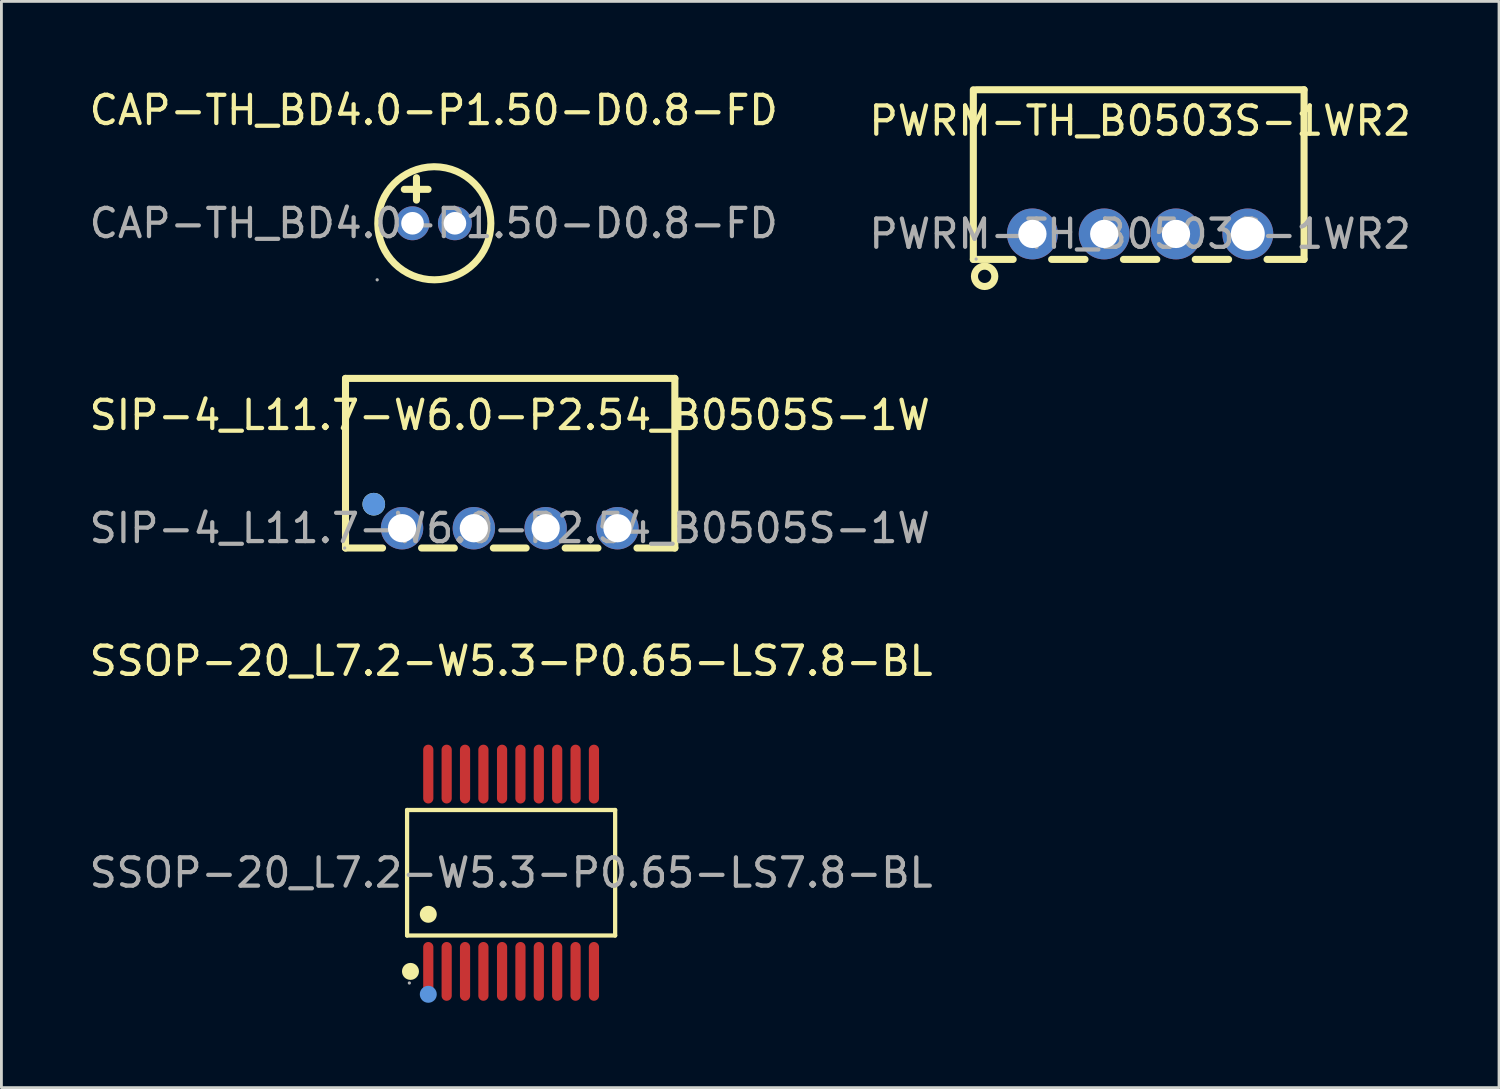
<source format=kicad_pcb>
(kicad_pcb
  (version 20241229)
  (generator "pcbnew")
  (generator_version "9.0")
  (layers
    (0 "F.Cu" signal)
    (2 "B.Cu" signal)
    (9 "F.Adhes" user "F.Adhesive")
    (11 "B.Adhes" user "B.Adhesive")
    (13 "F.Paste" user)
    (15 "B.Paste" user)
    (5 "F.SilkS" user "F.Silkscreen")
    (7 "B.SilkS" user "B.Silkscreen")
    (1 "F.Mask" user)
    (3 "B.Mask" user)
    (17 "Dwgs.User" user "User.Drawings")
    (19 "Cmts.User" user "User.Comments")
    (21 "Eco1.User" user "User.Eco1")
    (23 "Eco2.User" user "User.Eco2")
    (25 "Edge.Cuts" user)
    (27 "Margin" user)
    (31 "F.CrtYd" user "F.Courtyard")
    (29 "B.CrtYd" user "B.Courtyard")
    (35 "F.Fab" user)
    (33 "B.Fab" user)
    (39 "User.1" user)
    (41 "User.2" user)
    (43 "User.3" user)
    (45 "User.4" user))
  (footprint "SSOP-20_L7.2-W5.3-P0.65-LS7.8-BL"
    (layer "F.Cu")
    (at 15.03 27.822)
    (property "Reference" "SSOP-20_L7.2-W5.3-P0.65-LS7.8-BL" (at 0 -7.49 0) (layer "F.SilkS") (effects (font (size 1 1) (thickness 0.15))))
    (attr smd)
    (fp_line (start -3.68 -2.22) (end 3.68 -2.22) (stroke (width 0.15) (type solid)) (layer "F.SilkS"))
    (fp_line (start -3.68 2.22) (end -3.68 -2.22) (stroke (width 0.15) (type solid)) (layer "F.SilkS"))
    (fp_line (start 3.68 -2.22) (end 3.68 2.22) (stroke (width 0.15) (type solid)) (layer "F.SilkS"))
    (fp_line (start 3.68 2.22) (end -3.68 2.22) (stroke (width 0.15) (type solid)) (layer "F.SilkS"))
    (fp_circle (center -3.56 3.49) (end -3.41 3.49) (stroke (width 0.3) (type solid)) (fill no) (layer "F.SilkS"))
    (fp_circle (center -2.93 1.47) (end -2.78 1.47) (stroke (width 0.3) (type solid)) (fill no) (layer "F.SilkS"))
    (fp_circle (center -2.93 4.3) (end -2.78 4.3) (stroke (width 0.3) (type solid)) (fill no) (layer "Cmts.User"))
    (fp_circle (center -3.6 3.9) (end -3.57 3.9) (stroke (width 0.06) (type solid)) (fill no) (layer "F.Fab"))
    (fp_text user "${REFERENCE}" (at 0 0 0) (layer "F.Fab") (effects (font (size 1 1) (thickness 0.15))))
    (pad "1" smd oval (at -2.93 3.49) (size 0.36 2.08) (layers "F.Cu" "F.Mask" "F.Paste"))
    (pad "2" smd oval (at -2.28 3.49) (size 0.36 2.08) (layers "F.Cu" "F.Mask" "F.Paste"))
    (pad "3" smd oval (at -1.63 3.49) (size 0.36 2.08) (layers "F.Cu" "F.Mask" "F.Paste"))
    (pad "4" smd oval (at -0.98 3.49) (size 0.36 2.08) (layers "F.Cu" "F.Mask" "F.Paste"))
    (pad "5" smd oval (at -0.32 3.49) (size 0.36 2.08) (layers "F.Cu" "F.Mask" "F.Paste"))
    (pad "6" smd oval (at 0.33 3.49) (size 0.36 2.08) (layers "F.Cu" "F.Mask" "F.Paste"))
    (pad "7" smd oval (at 0.98 3.49) (size 0.36 2.08) (layers "F.Cu" "F.Mask" "F.Paste"))
    (pad "8" smd oval (at 1.63 3.49) (size 0.36 2.08) (layers "F.Cu" "F.Mask" "F.Paste"))
    (pad "9" smd oval (at 2.28 3.49) (size 0.36 2.08) (layers "F.Cu" "F.Mask" "F.Paste"))
    (pad "10" smd oval (at 2.93 3.49) (size 0.36 2.08) (layers "F.Cu" "F.Mask" "F.Paste"))
    (pad "11" smd oval (at 2.93 -3.49) (size 0.36 2.08) (layers "F.Cu" "F.Mask" "F.Paste"))
    (pad "12" smd oval (at 2.28 -3.49) (size 0.36 2.08) (layers "F.Cu" "F.Mask" "F.Paste"))
    (pad "13" smd oval (at 1.63 -3.49) (size 0.36 2.08) (layers "F.Cu" "F.Mask" "F.Paste"))
    (pad "14" smd oval (at 0.98 -3.49) (size 0.36 2.08) (layers "F.Cu" "F.Mask" "F.Paste"))
    (pad "15" smd oval (at 0.33 -3.49) (size 0.36 2.08) (layers "F.Cu" "F.Mask" "F.Paste"))
    (pad "16" smd oval (at -0.32 -3.49) (size 0.36 2.08) (layers "F.Cu" "F.Mask" "F.Paste"))
    (pad "17" smd oval (at -0.98 -3.49) (size 0.36 2.08) (layers "F.Cu" "F.Mask" "F.Paste"))
    (pad "18" smd oval (at -1.63 -3.49) (size 0.36 2.08) (layers "F.Cu" "F.Mask" "F.Paste"))
    (pad "19" smd oval (at -2.28 -3.49) (size 0.36 2.08) (layers "F.Cu" "F.Mask" "F.Paste"))
    (pad "20" smd oval (at -2.93 -3.49) (size 0.36 2.08) (layers "F.Cu" "F.Mask" "F.Paste")))
  (footprint "CAP-TH_BD4.0-P1.50-D0.8-FD"
    (layer "F.Cu")
    (at 12.292 4.848)
    (property "Reference" "CAP-TH_BD4.0-P1.50-D0.8-FD" (at 0 -4 0) (layer "F.SilkS") (effects (font (size 1 1) (thickness 0.15))))
    (attr through_hole)
    (fp_line (start -0.61 -0.82) (end -0.61 -1.61) (stroke (width 0.25) (type solid)) (layer "F.SilkS"))
    (fp_line (start -0.2 -1.2) (end -1.04 -1.2) (stroke (width 0.25) (type solid)) (layer "F.SilkS"))
    (fp_arc (start 0.03 -2) (mid 0.02501 2.000019) (end -0.00002 -1.999925) (stroke (width 0.25) (type solid)) (layer "F.SilkS"))
    (fp_circle (center -2 2) (end -1.97 2) (stroke (width 0.06) (type solid)) (fill no) (layer "F.Fab"))
    (fp_circle (center -0.75 0) (end -0.64 0) (stroke (width 0.22) (type solid)) (fill no) (layer "F.Fab"))
    (fp_circle (center 0.75 0) (end 0.86 0) (stroke (width 0.22) (type solid)) (fill no) (layer "F.Fab"))
    (fp_text user "${REFERENCE}" (at 0 0 0) (layer "F.Fab") (effects (font (size 1 1) (thickness 0.15))))
    (pad "1" thru_hole circle (at -0.75 0 90) (size 1.2 1.2) (drill 0.8) (layers "*.Cu" "*.Mask"))
    (pad "2" thru_hole circle (at 0.75 0 90) (size 1.2 1.2) (drill 0.8) (layers "*.Cu" "*.Mask")))
  (footprint "PWRM-TH_B0503S-1WR2"
    (layer "F.Cu")
    (at 37.28 5.225)
    (property "Reference" "PWRM-TH_B0503S-1WR2" (at 0 -4 0) (layer "F.SilkS") (effects (font (size 1 1) (thickness 0.15))))
    (attr through_hole)
    (fp_line (start -5.9 0.9) (end -5.9 -5.1) (stroke (width 0.25) (type solid)) (layer "F.SilkS"))
    (fp_line (start -5.8 -5.1) (end 5.8 -5.1) (stroke (width 0.25) (type solid)) (layer "F.SilkS"))
    (fp_line (start -4.49 0.9) (end -5.9 0.9) (stroke (width 0.25) (type solid)) (layer "F.SilkS"))
    (fp_line (start -1.95 0.9) (end -3.13 0.9) (stroke (width 0.25) (type solid)) (layer "F.SilkS"))
    (fp_line (start 0.59 0.9) (end -0.59 0.9) (stroke (width 0.25) (type solid)) (layer "F.SilkS"))
    (fp_line (start 3.13 0.9) (end 1.95 0.9) (stroke (width 0.25) (type solid)) (layer "F.SilkS"))
    (fp_line (start 5.8 -5.1) (end 5.8 0.9) (stroke (width 0.25) (type solid)) (layer "F.SilkS"))
    (fp_line (start 5.8 0.9) (end 4.49 0.9) (stroke (width 0.25) (type solid)) (layer "F.SilkS"))
    (fp_circle (center -5.5 1.5) (end -5.14 1.5) (stroke (width 0.25) (type solid)) (fill no) (layer "F.SilkS"))
    (fp_circle (center -5.8 0.89) (end -5.77 0.89) (stroke (width 0.06) (type solid)) (fill no) (layer "F.Fab"))
    (fp_text user "${REFERENCE}" (at 0 0 0) (layer "F.Fab") (effects (font (size 1 1) (thickness 0.15))))
    (pad "1" thru_hole circle (at -3.81 0) (size 1.8 1.8) (drill 1) (layers "*.Cu" "*.Mask"))
    (pad "2" thru_hole circle (at -1.27 0) (size 1.8 1.8) (drill 1) (layers "*.Cu" "*.Mask"))
    (pad "3" thru_hole circle (at 1.27 0) (size 1.8 1.8) (drill 1) (layers "*.Cu" "*.Mask"))
    (pad "4" thru_hole circle (at 3.81 0) (size 1.8 1.8) (drill 1.2) (layers "*.Cu" "*.Mask")))
  (footprint "SIP-4_L11.7-W6.0-P2.54_B0505S-1W"
    (layer "F.Cu")
    (at 14.982 15.635)
    (property "Reference" "SIP-4_L11.7-W6.0-P2.54_B0505S-1W" (at 0 -4 0) (layer "F.SilkS") (effects (font (size 1 1) (thickness 0.15))))
    (attr smd)
    (fp_line (start -5.81 -5.3) (end 5.84 -5.3) (stroke (width 0.25) (type solid)) (layer "F.SilkS"))
    (fp_line (start -5.81 0.7) (end -5.81 -5.3) (stroke (width 0.25) (type solid)) (layer "F.SilkS"))
    (fp_line (start -4.5 0.7) (end -5.81 0.7) (stroke (width 0.25) (type solid)) (layer "F.SilkS"))
    (fp_line (start -1.96 0.7) (end -3.12 0.7) (stroke (width 0.25) (type solid)) (layer "F.SilkS"))
    (fp_line (start 0.58 0.7) (end -0.58 0.7) (stroke (width 0.25) (type solid)) (layer "F.SilkS"))
    (fp_line (start 3.12 0.7) (end 1.96 0.7) (stroke (width 0.25) (type solid)) (layer "F.SilkS"))
    (fp_line (start 5.84 -5.3) (end 5.84 0.7) (stroke (width 0.25) (type solid)) (layer "F.SilkS"))
    (fp_line (start 5.84 0.7) (end 4.5 0.7) (stroke (width 0.25) (type solid)) (layer "F.SilkS"))
    (fp_circle (center -4.81 -0.85) (end -4.61 -0.85) (stroke (width 0.4) (type solid)) (fill no) (layer "F.SilkS"))
    (fp_circle (center -4.81 -0.85) (end -4.61 -0.85) (stroke (width 0.4) (type solid)) (fill no) (layer "Cmts.User"))
    (fp_circle (center -5.84 0.7) (end -5.81 0.7) (stroke (width 0.06) (type solid)) (fill no) (layer "F.Fab"))
    (fp_text user "${REFERENCE}" (at 0 0 0) (layer "F.Fab") (effects (font (size 1 1) (thickness 0.15))))
    (pad "1" thru_hole circle (at -3.81 0) (size 1.5 1.5) (drill 1) (layers "*.Cu" "*.Mask"))
    (pad "2" thru_hole circle (at -1.27 0) (size 1.5 1.5) (drill 1) (layers "*.Cu" "*.Mask"))
    (pad "3" thru_hole circle (at 1.27 0) (size 1.5 1.5) (drill 1) (layers "*.Cu" "*.Mask"))
    (pad "4" thru_hole circle (at 3.81 0) (size 1.5 1.5) (drill 1) (layers "*.Cu" "*.Mask")))
  (gr_rect
    (start -3 -3)
    (end 49.976 35.422)
    (stroke (width 0.1) (type default))
    (fill no)
    (layer "Edge.Cuts")))
</source>
